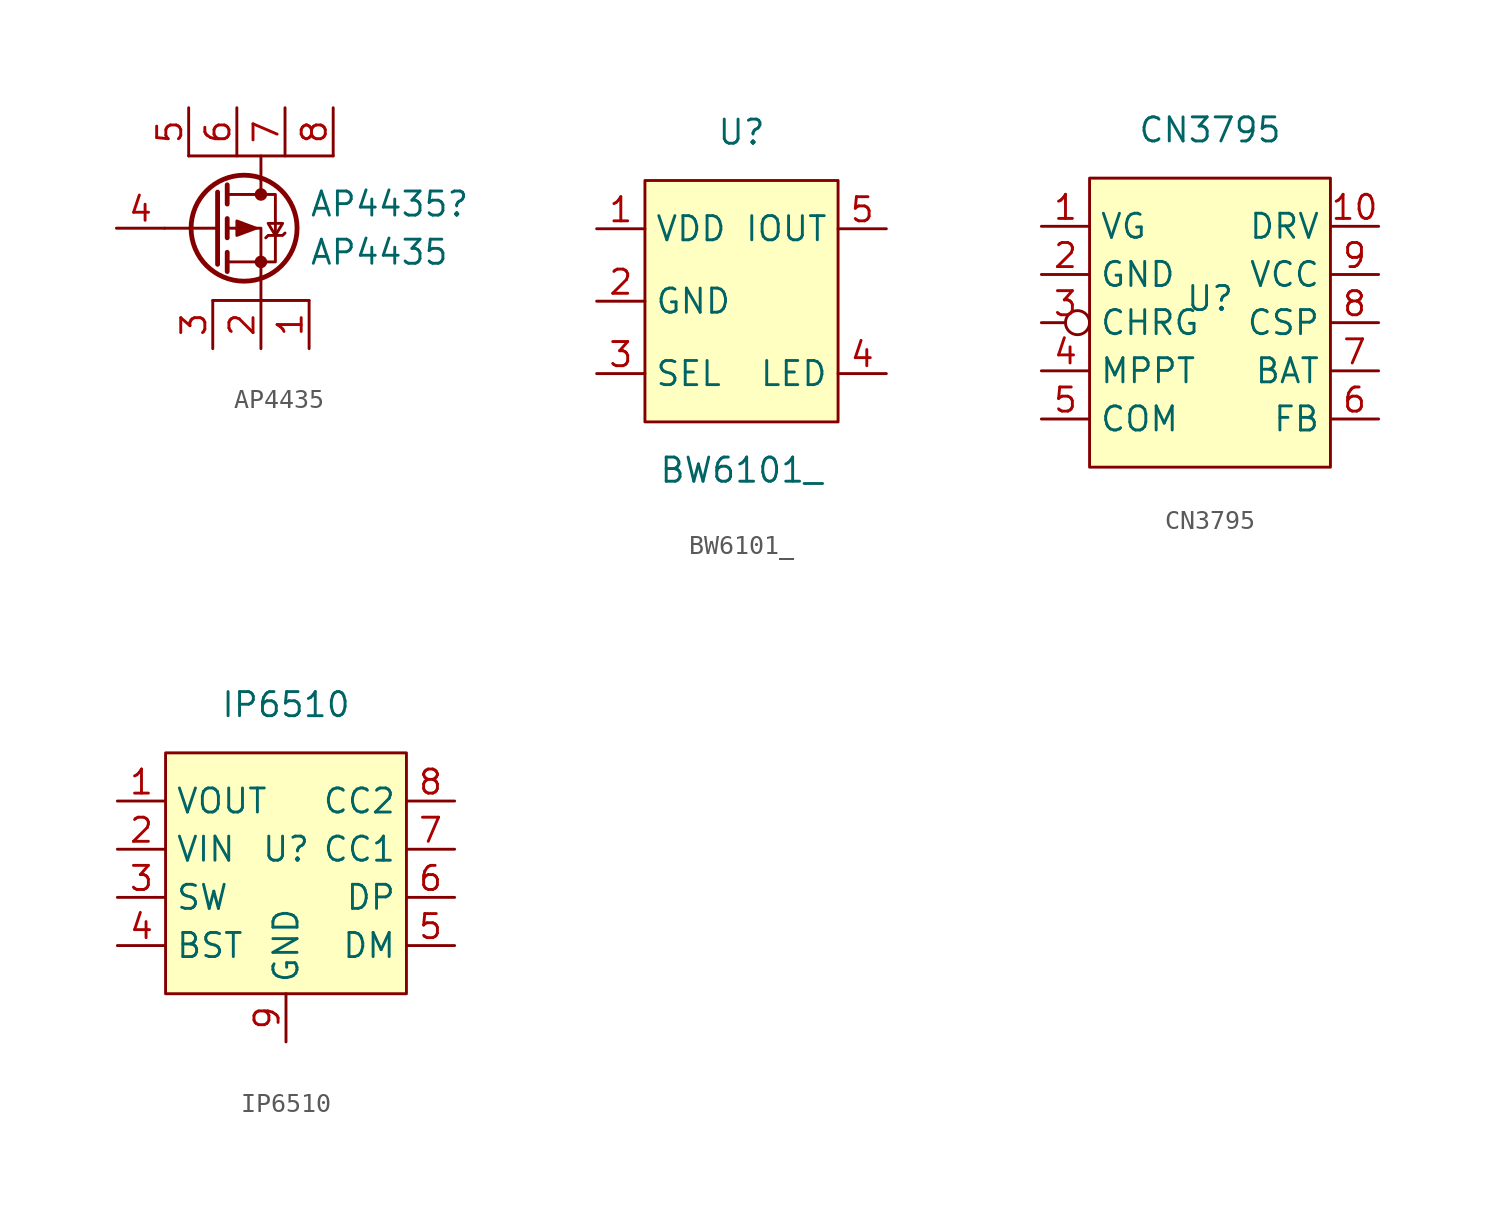
<source format=kicad_sym>
(kicad_symbol_lib
  (version 20211014)
  (generator kicad_symbol_editor)
  (symbol "AP4435"
    (pin_names
      (offset 0) hide)
    (property "Reference" "AP4435"
      (at 5.08 1.27 0)
      (effects (font (size 1.27 1.27)) (justify left)))
    (property "Value" "AP4435"
      (at 5.08 -1.27 0)
      (effects (font (size 1.27 1.27)) (justify left)))
    (symbol "AP4435_0_1"
      (polyline (pts (xy -1.27 3.81) (xy 6.35 3.81)) (stroke (width 0) (type default) (color 0 0 0 0)) (fill (type none)))
      (polyline (pts (xy 0 -3.81) (xy 5.08 -3.81)) (stroke (width 0) (type default) (color 0 0 0 0)) (fill (type none)))
      (polyline (pts (xy 0.254 0) (xy -2.54 0)) (stroke (width 0) (type default) (color 0 0 0 0)) (fill (type none)))
      (polyline (pts (xy 0.254 1.905) (xy 0.254 -1.905)) (stroke (width 0.254) (type default) (color 0 0 0 0)) (fill (type none)))
      (polyline (pts (xy 0.762 -1.27) (xy 0.762 -2.286)) (stroke (width 0.254) (type default) (color 0 0 0 0)) (fill (type none)))
      (polyline (pts (xy 0.762 0.508) (xy 0.762 -0.508)) (stroke (width 0.254) (type default) (color 0 0 0 0)) (fill (type none)))
      (polyline (pts (xy 0.762 2.286) (xy 0.762 1.27)) (stroke (width 0.254) (type default) (color 0 0 0 0)) (fill (type none)))
      (polyline (pts (xy 2.54 -2.54) (xy 2.54 -3.81)) (stroke (width 0) (type default) (color 0 0 0 0)) (fill (type none)))
      (polyline (pts (xy 2.54 2.54) (xy 2.54 1.778)) (stroke (width 0) (type default) (color 0 0 0 0)) (fill (type none)))
      (polyline (pts (xy 2.54 3.81) (xy 2.54 2.54)) (stroke (width 0) (type default) (color 0 0 0 0)) (fill (type none)))
      (polyline (pts (xy 2.54 -2.54) (xy 2.54 0) (xy 0.762 0)) (stroke (width 0) (type default) (color 0 0 0 0)) (fill (type none)))
      (polyline (pts (xy 0.762 1.778) (xy 3.302 1.778) (xy 3.302 -1.778) (xy 0.762 -1.778)) (stroke (width 0) (type default) (color 0 0 0 0)) (fill (type none)))
      (polyline (pts (xy 2.286 0) (xy 1.27 0.381) (xy 1.27 -0.381) (xy 2.286 0)) (stroke (width 0) (type default) (color 0 0 0 0)) (fill (type outline)))
      (polyline (pts (xy 2.794 -0.508) (xy 2.921 -0.381) (xy 3.683 -0.381) (xy 3.81 -0.254)) (stroke (width 0) (type default) (color 0 0 0 0)) (fill (type none)))
      (polyline (pts (xy 3.302 -0.381) (xy 2.921 0.254) (xy 3.683 0.254) (xy 3.302 -0.381)) (stroke (width 0) (type default) (color 0 0 0 0)) (fill (type none)))
      (circle (center 1.651 0) (radius 2.794) (stroke (width 0.254) (type default) (color 0 0 0 0)) (fill (type none)))
      (circle (center 2.54 -1.778) (radius 0.254) (stroke (width 0) (type default) (color 0 0 0 0)) (fill (type outline)))
      (circle (center 2.54 1.778) (radius 0.254) (stroke (width 0) (type default) (color 0 0 0 0)) (fill (type outline))))
    (symbol "AP4435_1_1"
      (pin passive line (at 5.08 -6.35 90) (length 2.54) (name "S" (effects (font (size 1.27 1.27)))) (number "1" (effects (font (size 1.27 1.27)))))
      (pin passive line (at 2.54 -6.35 90) (length 2.54) (name "S" (effects (font (size 1.27 1.27)))) (number "2" (effects (font (size 1.27 1.27)))))
      (pin passive line (at 0 -6.35 90) (length 2.54) (name "f" (effects (font (size 1.27 1.27)))) (number "3" (effects (font (size 1.27 1.27)))))
      (pin input line (at -5.08 0 0) (length 2.54) (name "G" (effects (font (size 1.27 1.27)))) (number "4" (effects (font (size 1.27 1.27)))))
      (pin passive line (at -1.27 6.35 270) (length 2.54) (name "D" (effects (font (size 1.27 1.27)))) (number "5" (effects (font (size 1.27 1.27)))))
      (pin passive line (at 1.27 6.35 270) (length 2.54) (name "D" (effects (font (size 1.27 1.27)))) (number "6" (effects (font (size 1.27 1.27)))))
      (pin passive line (at 3.81 6.35 270) (length 2.54) (name "D" (effects (font (size 1.27 1.27)))) (number "7" (effects (font (size 1.27 1.27)))))
      (pin passive line (at 6.35 6.35 270) (length 2.54) (name "D" (effects (font (size 1.27 1.27)))) (number "8" (effects (font (size 1.27 1.27)))))))
  (symbol "BW6101_"
    (property "Reference" "U"
      (at 0 8.89 0)
      (effects (font (size 1.27 1.27))))
    (property "Value" "BW6101_"
      (at 0 -8.89 0)
      (effects (font (size 1.27 1.27))))
    (symbol "BW6101__0_1"
      (rectangle (start -5.08 6.35) (end 5.08 -6.35) (stroke (width 0) (type default) (color 0 0 0 0)) (fill (type background))))
    (symbol "BW6101__1_1"
      (pin input line (at -7.62 3.81 0) (length 2.54) (name "VDD" (effects (font (size 1.27 1.27)))) (number "1" (effects (font (size 1.27 1.27)))))
      (pin passive line (at -7.62 0 0) (length 2.54) (name "GND" (effects (font (size 1.27 1.27)))) (number "2" (effects (font (size 1.27 1.27)))))
      (pin input line (at -7.62 -3.81 0) (length 2.54) (name "SEL" (effects (font (size 1.27 1.27)))) (number "3" (effects (font (size 1.27 1.27)))))
      (pin output line (at 7.62 -3.81 180) (length 2.54) (name "LED" (effects (font (size 1.27 1.27)))) (number "4" (effects (font (size 1.27 1.27)))))
      (pin output line (at 7.62 3.81 180) (length 2.54) (name "IOUT" (effects (font (size 1.27 1.27)))) (number "5" (effects (font (size 1.27 1.27)))))))
  (symbol "CN3795"
    (property "Reference" "U"
      (at 0 0 0)
      (effects (font (size 1.27 1.27))))
    (property "Value" "CN3795"
      (at 0 8.89 0)
      (effects (font (size 1.27 1.27))))
    (symbol "CN3795_0_1"
      (rectangle (start -6.35 6.35) (end 6.35 -8.89) (stroke (width 0) (type default) (color 0 0 0 0)) (fill (type background))))
    (symbol "CN3795_1_1"
      (pin input line (at -8.89 3.81 0) (length 2.54) (name "VG" (effects (font (size 1.27 1.27)))) (number "1" (effects (font (size 1.27 1.27)))))
      (pin output line (at 8.89 3.81 180) (length 2.54) (name "DRV" (effects (font (size 1.27 1.27)))) (number "10" (effects (font (size 1.27 1.27)))))
      (pin power_in line (at -8.89 1.27 0) (length 2.54) (name "GND" (effects (font (size 1.27 1.27)))) (number "2" (effects (font (size 1.27 1.27)))))
      (pin output inverted (at -8.89 -1.27 0) (length 2.54) (name "CHRG" (effects (font (size 1.27 1.27)))) (number "3" (effects (font (size 1.27 1.27)))))
      (pin output line (at -8.89 -3.81 0) (length 2.54) (name "MPPT" (effects (font (size 1.27 1.27)))) (number "4" (effects (font (size 1.27 1.27)))))
      (pin input line (at -8.89 -6.35 0) (length 2.54) (name "COM" (effects (font (size 1.27 1.27)))) (number "5" (effects (font (size 1.27 1.27)))))
      (pin input line (at 8.89 -6.35 180) (length 2.54) (name "FB" (effects (font (size 1.27 1.27)))) (number "6" (effects (font (size 1.27 1.27)))))
      (pin power_out line (at 8.89 -3.81 180) (length 2.54) (name "BAT" (effects (font (size 1.27 1.27)))) (number "7" (effects (font (size 1.27 1.27)))))
      (pin input line (at 8.89 -1.27 180) (length 2.54) (name "CSP" (effects (font (size 1.27 1.27)))) (number "8" (effects (font (size 1.27 1.27)))))
      (pin power_in line (at 8.89 1.27 180) (length 2.54) (name "VCC" (effects (font (size 1.27 1.27)))) (number "9" (effects (font (size 1.27 1.27)))))))
  (symbol "IP6510"
    (property "Reference" "U"
      (at 0 2.54 0)
      (effects (font (size 1.27 1.27))))
    (property "Value" "IP6510"
      (at 0 10.16 0)
      (effects (font (size 1.27 1.27))))
    (symbol "IP6510_0_1"
      (rectangle (start -6.35 7.62) (end 6.35 -5.08) (stroke (width 0) (type default) (color 0 0 0 0)) (fill (type background))))
    (symbol "IP6510_1_1"
      (pin power_out line (at -8.89 5.08 0) (length 2.54) (name "VOUT" (effects (font (size 1.27 1.27)))) (number "1" (effects (font (size 1.27 1.27)))))
      (pin power_in line (at -8.89 2.54 0) (length 2.54) (name "VIN" (effects (font (size 1.27 1.27)))) (number "2" (effects (font (size 1.27 1.27)))))
      (pin input line (at -8.89 0 0) (length 2.54) (name "SW" (effects (font (size 1.27 1.27)))) (number "3" (effects (font (size 1.27 1.27)))))
      (pin input line (at -8.89 -2.54 0) (length 2.54) (name "BST" (effects (font (size 1.27 1.27)))) (number "4" (effects (font (size 1.27 1.27)))))
      (pin input line (at 8.89 -2.54 180) (length 2.54) (name "DM" (effects (font (size 1.27 1.27)))) (number "5" (effects (font (size 1.27 1.27)))))
      (pin input line (at 8.89 0 180) (length 2.54) (name "DP" (effects (font (size 1.27 1.27)))) (number "6" (effects (font (size 1.27 1.27)))))
      (pin input line (at 8.89 2.54 180) (length 2.54) (name "CC1" (effects (font (size 1.27 1.27)))) (number "7" (effects (font (size 1.27 1.27)))))
      (pin input line (at 8.89 5.08 180) (length 2.54) (name "CC2" (effects (font (size 1.27 1.27)))) (number "8" (effects (font (size 1.27 1.27)))))
      (pin power_in line (at 0 -7.62 90) (length 2.54) (name "GND" (effects (font (size 1.27 1.27)))) (number "9" (effects (font (size 1.27 1.27))))))))
</source>
